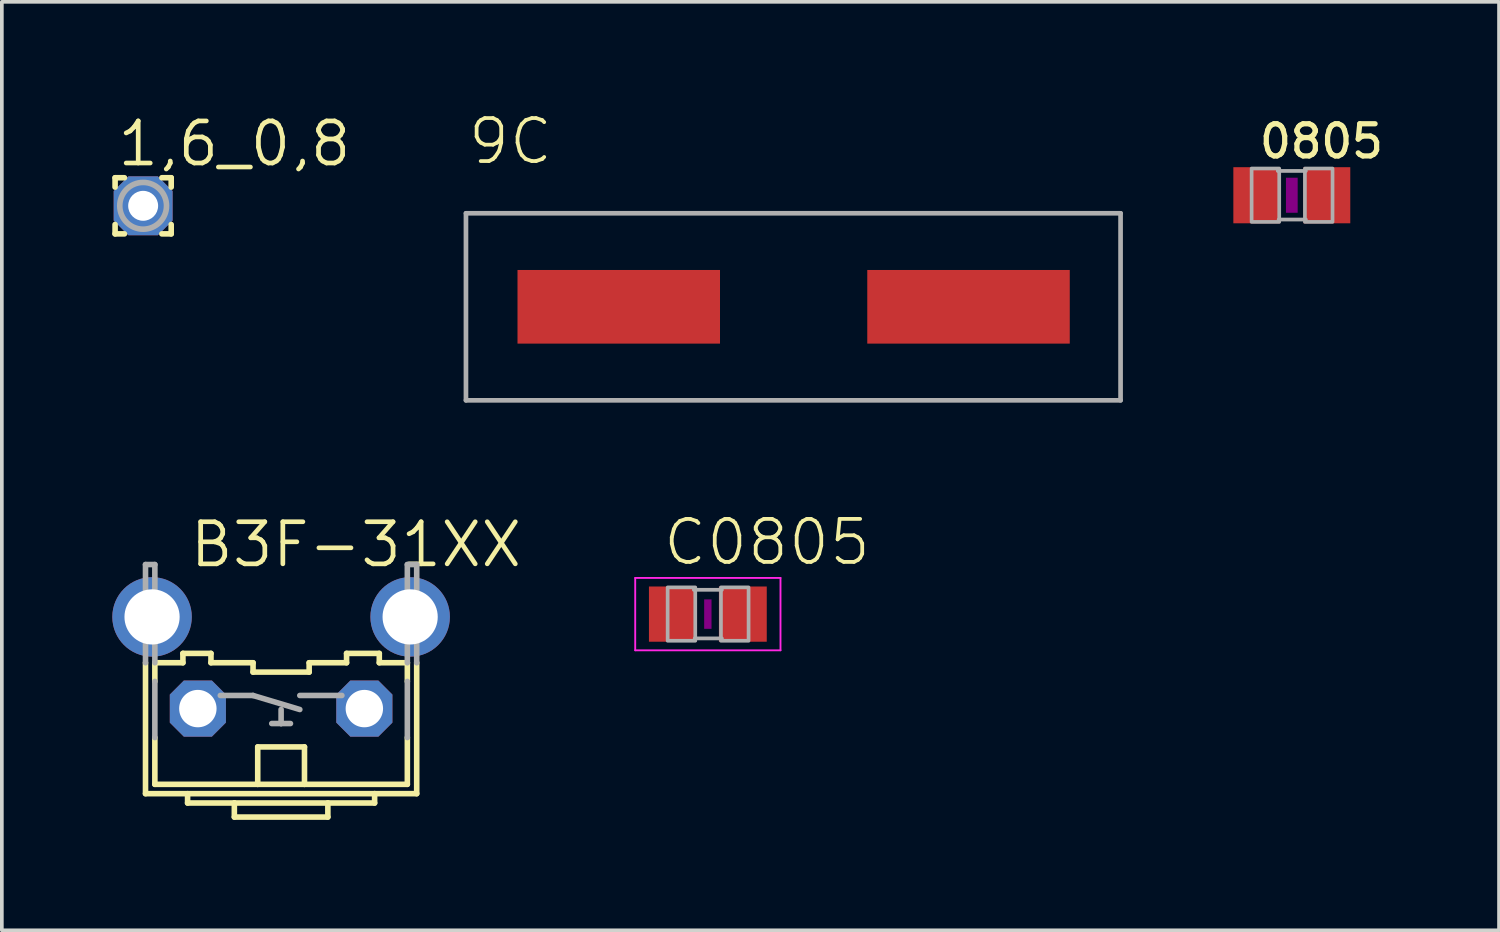
<source format=kicad_pcb>
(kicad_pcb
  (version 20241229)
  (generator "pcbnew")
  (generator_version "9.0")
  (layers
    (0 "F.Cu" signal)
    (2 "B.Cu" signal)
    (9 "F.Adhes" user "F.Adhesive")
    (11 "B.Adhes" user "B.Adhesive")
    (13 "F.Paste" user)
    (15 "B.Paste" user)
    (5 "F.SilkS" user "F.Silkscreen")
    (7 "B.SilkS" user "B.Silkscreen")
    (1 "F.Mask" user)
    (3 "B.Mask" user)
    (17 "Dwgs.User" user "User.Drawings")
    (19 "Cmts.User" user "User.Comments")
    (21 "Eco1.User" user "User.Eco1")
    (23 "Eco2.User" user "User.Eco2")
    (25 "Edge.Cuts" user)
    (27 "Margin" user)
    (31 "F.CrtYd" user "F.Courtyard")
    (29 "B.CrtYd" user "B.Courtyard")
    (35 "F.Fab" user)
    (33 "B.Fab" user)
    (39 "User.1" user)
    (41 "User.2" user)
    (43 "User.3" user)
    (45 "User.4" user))
  (footprint "0805"
    (layer "F.Cu")
    (at 32.037 2.253)
    (property "Reference" "0805" (at -0.953 -0.953 0) (layer "F.SilkS") (effects (font (size 0.874 0.874) (thickness 0.142)) (justify left bottom)))
    (fp_poly (pts (xy -0.159 0.476) (xy 0.159 0.476) (xy 0.159 -0.476) (xy -0.159 -0.476)) (stroke (width 0) (type solid)) (fill yes) (layer "F.Adhes"))
    (fp_line (start -0.381 -0.66) (end 0.381 -0.66) (stroke (width 0.102) (type solid)) (layer "F.Fab"))
    (fp_line (start -0.356 0.66) (end 0.381 0.66) (stroke (width 0.102) (type solid)) (layer "F.Fab"))
    (fp_poly (pts (xy -1.092 0.724) (xy -0.342 0.724) (xy -0.342 -0.726) (xy -1.092 -0.726)) (stroke (width 0.1) (type solid)) (fill no) (layer "F.Fab"))
    (fp_poly (pts (xy 0.356 0.724) (xy 1.106 0.724) (xy 1.106 -0.726) (xy 0.356 -0.726)) (stroke (width 0.1) (type solid)) (fill no) (layer "F.Fab"))
    (pad "1" smd rect (at -0.953 0) (size 1.27 1.524) (layers "F.Cu" "F.Mask" "F.Paste"))
    (pad "2" smd rect (at 0.953 0) (size 1.27 1.524) (layers "F.Cu" "F.Mask" "F.Paste")))
  (footprint "B3F-31XX"
    (layer "F.Cu")
    (at 4.585 14.951)
    (property "Reference" "B3F-31XX" (at -2.54 -2.54 0) (layer "F.SilkS") (effects (font (size 1.143 1.143) (thickness 0.127)) (justify left bottom)))
    (fp_line (start -3.683 0) (end -3.683 3.556) (stroke (width 0.152) (type solid)) (layer "F.SilkS"))
    (fp_line (start -3.429 0) (end -2.667 0) (stroke (width 0.152) (type solid)) (layer "F.SilkS"))
    (fp_line (start -3.429 0.508) (end -3.429 0) (stroke (width 0.152) (type solid)) (layer "F.SilkS"))
    (fp_line (start -3.429 2.032) (end -3.429 3.302) (stroke (width 0.152) (type solid)) (layer "F.SilkS"))
    (fp_line (start -3.429 3.302) (end -0.635 3.302) (stroke (width 0.152) (type solid)) (layer "F.SilkS"))
    (fp_line (start -2.667 -0.254) (end -2.667 0) (stroke (width 0.152) (type solid)) (layer "F.SilkS"))
    (fp_line (start -2.667 -0.254) (end -1.905 -0.254) (stroke (width 0.152) (type solid)) (layer "F.SilkS"))
    (fp_line (start -2.54 3.556) (end -2.54 3.81) (stroke (width 0.152) (type solid)) (layer "F.SilkS"))
    (fp_line (start -2.54 3.81) (end -1.27 3.81) (stroke (width 0.152) (type solid)) (layer "F.SilkS"))
    (fp_line (start -1.905 0) (end -1.905 -0.254) (stroke (width 0.152) (type solid)) (layer "F.SilkS"))
    (fp_line (start -1.905 0) (end -0.762 0) (stroke (width 0.152) (type solid)) (layer "F.SilkS"))
    (fp_line (start -1.27 3.81) (end -1.27 4.191) (stroke (width 0.152) (type solid)) (layer "F.SilkS"))
    (fp_line (start -1.27 3.81) (end 1.27 3.81) (stroke (width 0.152) (type solid)) (layer "F.SilkS"))
    (fp_line (start -1.27 4.191) (end 1.27 4.191) (stroke (width 0.152) (type solid)) (layer "F.SilkS"))
    (fp_line (start -0.762 0.254) (end -0.762 0) (stroke (width 0.152) (type solid)) (layer "F.SilkS"))
    (fp_line (start -0.762 0.254) (end 0.762 0.254) (stroke (width 0.152) (type solid)) (layer "F.SilkS"))
    (fp_line (start -0.635 2.286) (end 0.635 2.286) (stroke (width 0.152) (type solid)) (layer "F.SilkS"))
    (fp_line (start -0.635 3.302) (end -0.635 2.286) (stroke (width 0.152) (type solid)) (layer "F.SilkS"))
    (fp_line (start -0.635 3.302) (end 0.635 3.302) (stroke (width 0.152) (type solid)) (layer "F.SilkS"))
    (fp_line (start 0.635 3.302) (end 0.635 2.286) (stroke (width 0.152) (type solid)) (layer "F.SilkS"))
    (fp_line (start 0.635 3.302) (end 3.429 3.302) (stroke (width 0.152) (type solid)) (layer "F.SilkS"))
    (fp_line (start 0.762 0) (end 0.762 0.254) (stroke (width 0.152) (type solid)) (layer "F.SilkS"))
    (fp_line (start 0.762 0) (end 1.778 0) (stroke (width 0.152) (type solid)) (layer "F.SilkS"))
    (fp_line (start 1.27 3.81) (end 1.27 4.191) (stroke (width 0.152) (type solid)) (layer "F.SilkS"))
    (fp_line (start 1.27 3.81) (end 2.54 3.81) (stroke (width 0.152) (type solid)) (layer "F.SilkS"))
    (fp_line (start 1.778 -0.254) (end 2.667 -0.254) (stroke (width 0.152) (type solid)) (layer "F.SilkS"))
    (fp_line (start 1.778 0) (end 1.778 -0.254) (stroke (width 0.152) (type solid)) (layer "F.SilkS"))
    (fp_line (start 2.54 3.556) (end -3.683 3.556) (stroke (width 0.152) (type solid)) (layer "F.SilkS"))
    (fp_line (start 2.54 3.556) (end 2.54 3.81) (stroke (width 0.152) (type solid)) (layer "F.SilkS"))
    (fp_line (start 2.667 0) (end 2.667 -0.254) (stroke (width 0.152) (type solid)) (layer "F.SilkS"))
    (fp_line (start 2.667 0) (end 3.429 0) (stroke (width 0.152) (type solid)) (layer "F.SilkS"))
    (fp_line (start 3.429 0.508) (end 3.429 0) (stroke (width 0.152) (type solid)) (layer "F.SilkS"))
    (fp_line (start 3.429 2.032) (end 3.429 3.302) (stroke (width 0.152) (type solid)) (layer "F.SilkS"))
    (fp_line (start 3.683 0) (end 3.683 3.556) (stroke (width 0.152) (type solid)) (layer "F.SilkS"))
    (fp_line (start 3.683 3.556) (end 2.54 3.556) (stroke (width 0.152) (type solid)) (layer "F.SilkS"))
    (fp_line (start -3.683 -2.667) (end -3.429 -2.667) (stroke (width 0.152) (type solid)) (layer "F.Fab"))
    (fp_line (start -3.683 0) (end -3.683 -2.667) (stroke (width 0.152) (type solid)) (layer "F.Fab"))
    (fp_line (start -3.429 -2.667) (end -3.429 0) (stroke (width 0.152) (type solid)) (layer "F.Fab"))
    (fp_line (start -3.429 0.508) (end -3.429 2.032) (stroke (width 0.152) (type solid)) (layer "F.Fab"))
    (fp_line (start -1.651 0.889) (end -0.762 0.889) (stroke (width 0.152) (type solid)) (layer "F.Fab"))
    (fp_line (start -0.762 0.889) (end 0.508 1.27) (stroke (width 0.152) (type solid)) (layer "F.Fab"))
    (fp_line (start -0.254 1.651) (end 0 1.651) (stroke (width 0.152) (type solid)) (layer "F.Fab"))
    (fp_line (start 0 1.27) (end 0 1.651) (stroke (width 0.152) (type solid)) (layer "F.Fab"))
    (fp_line (start 0 1.651) (end 0.254 1.651) (stroke (width 0.152) (type solid)) (layer "F.Fab"))
    (fp_line (start 0.508 0.889) (end 1.651 0.889) (stroke (width 0.152) (type solid)) (layer "F.Fab"))
    (fp_line (start 3.429 -2.667) (end 3.683 -2.667) (stroke (width 0.152) (type solid)) (layer "F.Fab"))
    (fp_line (start 3.429 0) (end 3.429 -2.667) (stroke (width 0.152) (type solid)) (layer "F.Fab"))
    (fp_line (start 3.429 0.508) (end 3.429 2.032) (stroke (width 0.152) (type solid)) (layer "F.Fab"))
    (fp_line (start 3.683 -2.667) (end 3.683 0) (stroke (width 0.152) (type solid)) (layer "F.Fab"))
    (pad "1" thru_hole roundrect (at -2.261 1.245) (size 1.524 1.524) (drill 1.016) (layers "*.Cu" "*.Mask") (roundrect_rratio 0.25) (chamfer_ratio 0.25) (chamfer top_left top_right bottom_left bottom_right))
    (pad "2" thru_hole roundrect (at 2.261 1.245) (size 1.524 1.524) (drill 1.016) (layers "*.Cu" "*.Mask") (roundrect_rratio 0.25) (chamfer_ratio 0.25) (chamfer top_left top_right bottom_left bottom_right))
    (pad "3" thru_hole circle (at -3.505 -1.245) (size 2.159 2.159) (drill 1.499) (layers "*.Cu" "*.Mask"))
    (pad "4" thru_hole circle (at 3.505 -1.245) (size 2.159 2.159) (drill 1.499) (layers "*.Cu" "*.Mask")))
  (footprint "1,6_0,8"
    (layer "F.Cu")
    (at 0.838 2.54)
    (property "Reference" "1,6_0,8" (at -0.762 -1.016 0) (layer "F.SilkS") (effects (font (size 1.143 1.143) (thickness 0.127)) (justify left bottom)))
    (fp_line (start -0.762 -0.762) (end -0.762 -0.508) (stroke (width 0.152) (type solid)) (layer "F.SilkS"))
    (fp_line (start -0.762 -0.762) (end -0.508 -0.762) (stroke (width 0.152) (type solid)) (layer "F.SilkS"))
    (fp_line (start -0.762 0.762) (end -0.762 0.508) (stroke (width 0.152) (type solid)) (layer "F.SilkS"))
    (fp_line (start -0.508 0.762) (end -0.762 0.762) (stroke (width 0.152) (type solid)) (layer "F.SilkS"))
    (fp_line (start 0.762 -0.762) (end 0.508 -0.762) (stroke (width 0.152) (type solid)) (layer "F.SilkS"))
    (fp_line (start 0.762 -0.762) (end 0.762 -0.508) (stroke (width 0.152) (type solid)) (layer "F.SilkS"))
    (fp_line (start 0.762 0.508) (end 0.762 0.762) (stroke (width 0.152) (type solid)) (layer "F.SilkS"))
    (fp_line (start 0.762 0.762) (end 0.508 0.762) (stroke (width 0.152) (type solid)) (layer "F.SilkS"))
    (fp_circle (center 0 0) (end 0.635 0) (stroke (width 0.152) (type solid)) (fill no) (layer "F.Fab"))
    (pad "1" thru_hole roundrect (at 0 0) (size 1.6 1.6) (drill 0.813) (layers "*.Cu" "*.Mask") (roundrect_rratio 0.25) (chamfer_ratio 0.25) (chamfer top_left top_right bottom_left bottom_right)))
  (footprint "C0805"
    (layer "F.Cu")
    (at 16.176 13.63)
    (property "Reference" "C0805" (at -1.27 -1.27 0) (layer "F.SilkS") (effects (font (size 1.168 1.168) (thickness 0.102)) (justify left bottom)))
    (fp_poly (pts (xy -0.1 0.4) (xy 0.1 0.4) (xy 0.1 -0.4) (xy -0.1 -0.4)) (stroke (width 0) (type solid)) (fill yes) (layer "F.Adhes"))
    (fp_line (start -1.973 -0.983) (end 1.973 -0.983) (stroke (width 0.051) (type solid)) (layer "F.CrtYd"))
    (fp_line (start -1.973 0.983) (end -1.973 -0.983) (stroke (width 0.051) (type solid)) (layer "F.CrtYd"))
    (fp_line (start 1.973 -0.983) (end 1.973 0.983) (stroke (width 0.051) (type solid)) (layer "F.CrtYd"))
    (fp_line (start 1.973 0.983) (end -1.973 0.983) (stroke (width 0.051) (type solid)) (layer "F.CrtYd"))
    (fp_line (start -0.381 -0.66) (end 0.381 -0.66) (stroke (width 0.102) (type solid)) (layer "F.Fab"))
    (fp_line (start -0.356 0.66) (end 0.381 0.66) (stroke (width 0.102) (type solid)) (layer "F.Fab"))
    (fp_poly (pts (xy -1.092 0.724) (xy -0.342 0.724) (xy -0.342 -0.726) (xy -1.092 -0.726)) (stroke (width 0.1) (type solid)) (fill no) (layer "F.Fab"))
    (fp_poly (pts (xy 0.356 0.724) (xy 1.106 0.724) (xy 1.106 -0.726) (xy 0.356 -0.726)) (stroke (width 0.1) (type solid)) (fill no) (layer "F.Fab"))
    (pad "1" smd rect (at -0.95 0) (size 1.3 1.5) (layers "F.Cu" "F.Mask" "F.Paste"))
    (pad "2" smd rect (at 0.95 0) (size 1.3 1.5) (layers "F.Cu" "F.Mask" "F.Paste")))
  (footprint "9C"
    (layer "F.Cu")
    (at 18.496 5.283)
    (property "Reference" "9C" (at -8.89 -3.81 0) (layer "F.SilkS") (effects (font (size 1.168 1.168) (thickness 0.102)) (justify left bottom)))
    (fp_line (start -8.89 -2.54) (end -8.89 2.54) (stroke (width 0.127) (type solid)) (layer "F.Fab"))
    (fp_line (start -8.89 2.54) (end 8.89 2.54) (stroke (width 0.127) (type solid)) (layer "F.Fab"))
    (fp_line (start 8.89 -2.54) (end -8.89 -2.54) (stroke (width 0.127) (type solid)) (layer "F.Fab"))
    (fp_line (start 8.89 2.54) (end 8.89 -2.54) (stroke (width 0.127) (type solid)) (layer "F.Fab"))
    (pad "P$1" smd rect (at -4.74 0) (size 5.5 2) (layers "F.Cu" "F.Mask" "F.Paste"))
    (pad "P$2" smd rect (at 4.76 0) (size 5.5 2) (layers "F.Cu" "F.Mask" "F.Paste")))
  (gr_rect
    (start -3 -3)
    (end 37.665 22.218)
    (stroke (width 0.1) (type default))
    (fill no)
    (layer "Edge.Cuts")))
</source>
